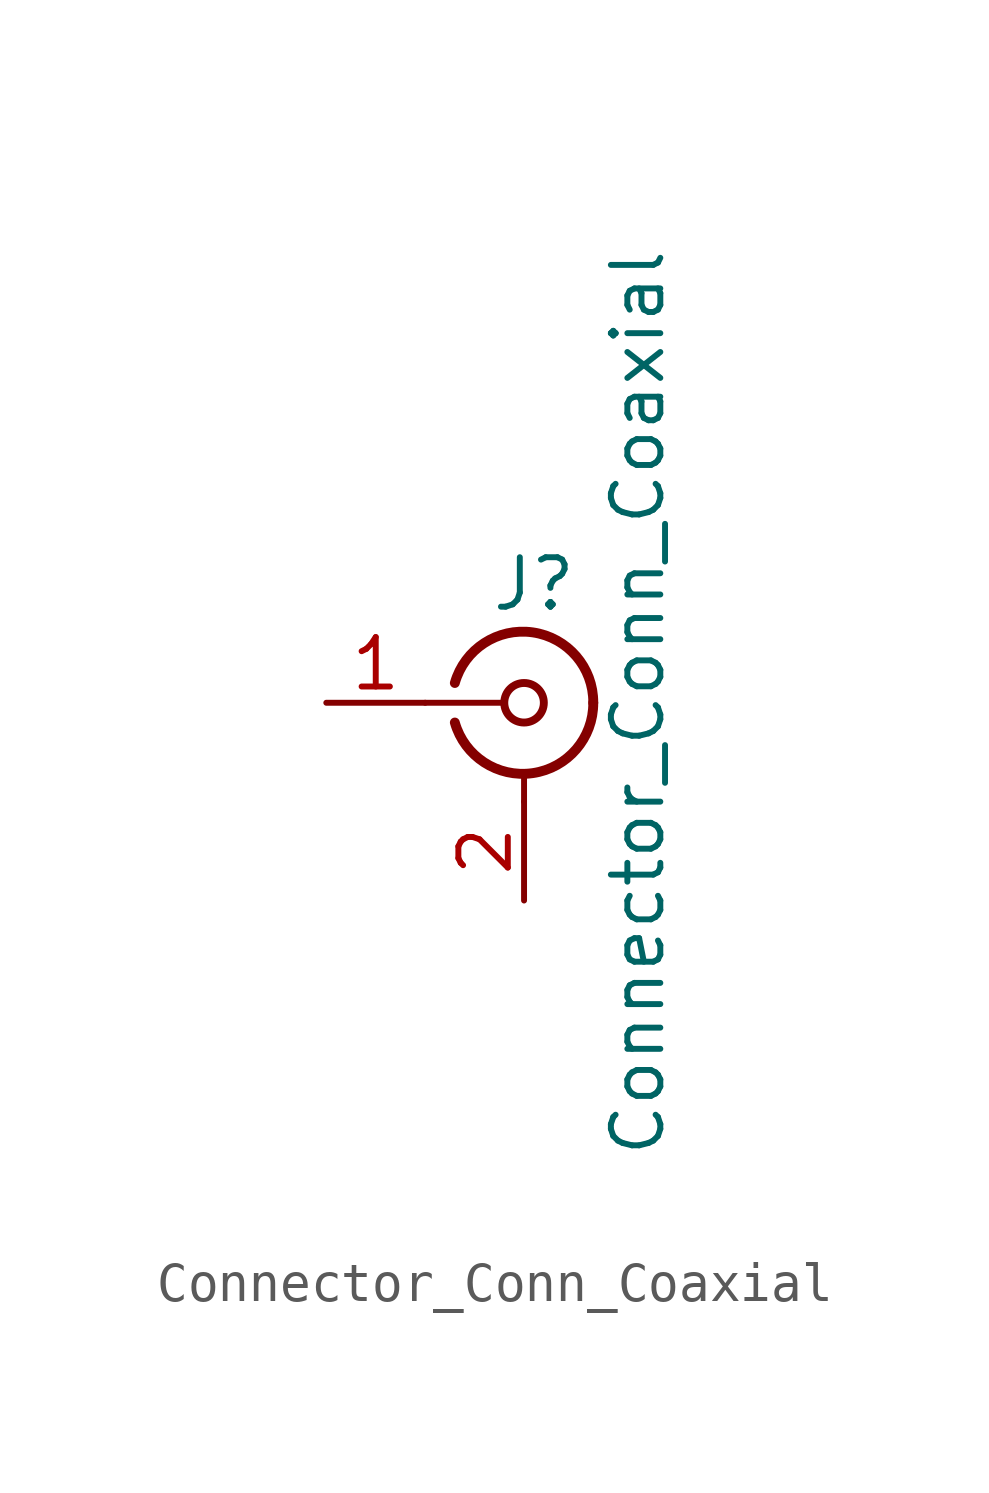
<source format=kicad_sym>
(kicad_symbol_lib
  (version 20220914)
  (generator kicad_symbol_editor)
  (symbol "Connector_Conn_Coaxial"
    (pin_names
      (offset 1.016) hide)
    (property "Reference" "J"
      (at 0.254 3.048 0)
      (effects (font (size 1.27 1.27))))
    (property "Value" "Connector_Conn_Coaxial"
      (at 2.921 0 90)
      (effects (font (size 1.27 1.27))))
    (symbol "Connector_Conn_Coaxial_0_1"
      (arc (start -1.778 -0.508) (mid 0.2311 -1.8066) (end 1.778 0) (stroke (width 0.254) (type default)) (fill (type none)))
      (polyline (pts (xy -2.54 0) (xy -0.508 0)) (stroke (width 0) (type default)) (fill (type none)))
      (polyline (pts (xy 0 -2.54) (xy 0 -1.778)) (stroke (width 0) (type default)) (fill (type none)))
      (circle (center 0 0) (radius 0.508) (stroke (width 0.203) (type default)) (fill (type none)))
      (arc (start 1.778 0) (mid 0.2099 1.8101) (end -1.778 0.508) (stroke (width 0.254) (type default)) (fill (type none))))
    (symbol "Connector_Conn_Coaxial_1_1"
      (pin passive line (at -5.08 0 0) (length 2.54) (name "In" (effects (font (size 1.27 1.27)))) (number "1" (effects (font (size 1.27 1.27)))))
      (pin passive line (at 0 -5.08 90) (length 2.54) (name "Ext" (effects (font (size 1.27 1.27)))) (number "2" (effects (font (size 1.27 1.27))))))))
</source>
